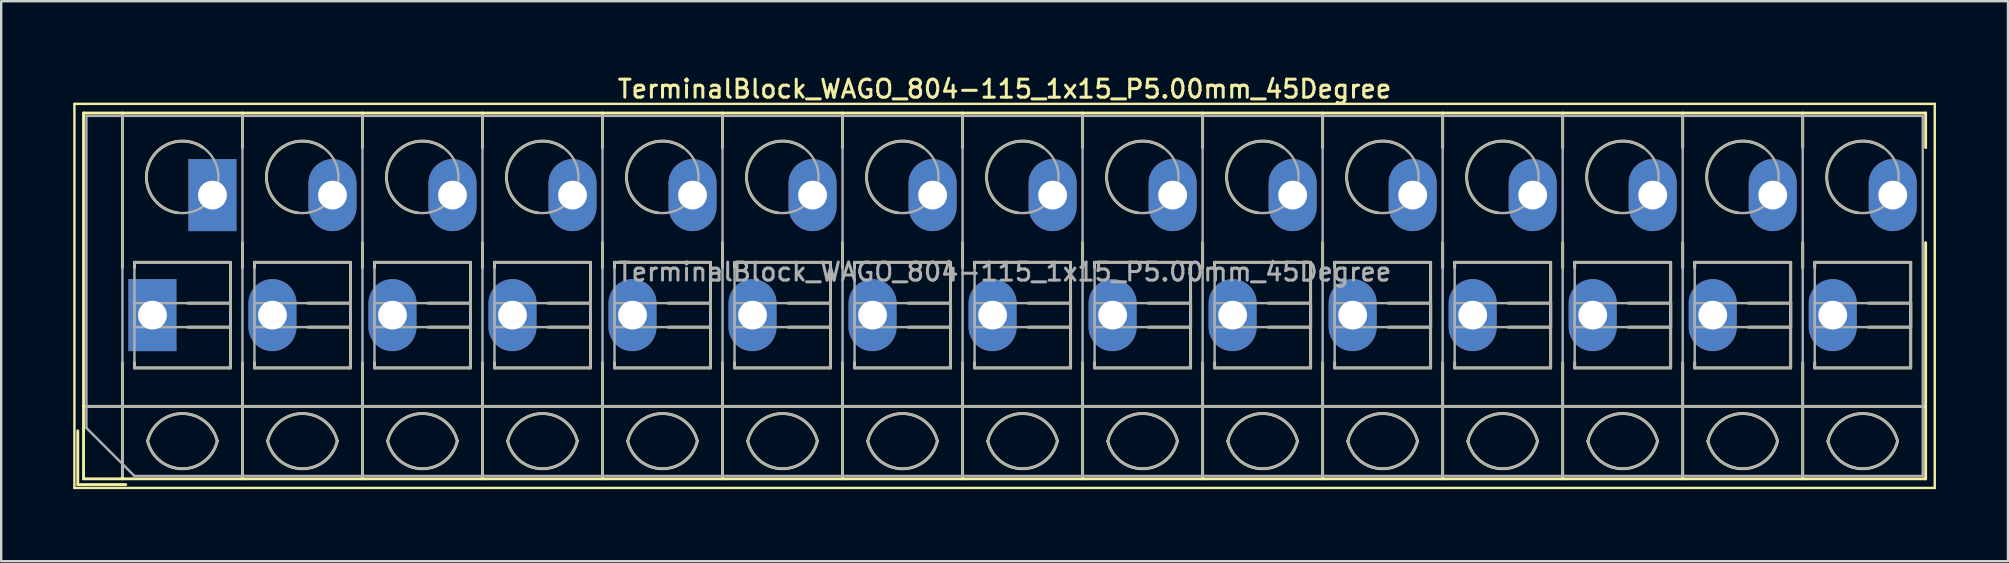
<source format=kicad_pcb>
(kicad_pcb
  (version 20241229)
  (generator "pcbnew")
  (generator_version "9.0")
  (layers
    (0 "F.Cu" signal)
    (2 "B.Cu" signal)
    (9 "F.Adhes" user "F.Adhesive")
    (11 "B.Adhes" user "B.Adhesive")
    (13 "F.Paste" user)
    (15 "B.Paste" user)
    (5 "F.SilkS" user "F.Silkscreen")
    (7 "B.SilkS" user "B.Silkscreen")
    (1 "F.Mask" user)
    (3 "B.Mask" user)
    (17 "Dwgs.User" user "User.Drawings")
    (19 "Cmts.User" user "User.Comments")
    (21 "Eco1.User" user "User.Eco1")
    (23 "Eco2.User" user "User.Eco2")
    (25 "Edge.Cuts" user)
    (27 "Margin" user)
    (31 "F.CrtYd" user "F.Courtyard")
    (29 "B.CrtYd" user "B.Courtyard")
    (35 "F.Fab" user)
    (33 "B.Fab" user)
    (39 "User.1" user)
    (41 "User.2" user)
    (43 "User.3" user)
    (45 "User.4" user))
  (footprint "TerminalBlock_WAGO_804-115_1x15_P5.00mm_45Degree"
    (layer "F.Cu")
    (at 3.3 10.078)
    (property "Reference" "TerminalBlock_WAGO_804-115_1x15_P5.00mm_45Degree" (at 35.5 -9.42 0) (layer "F.SilkS") (effects (font (size 0.75 0.75) (thickness 0.125))))
    (attr through_hole)
    (fp_line (start -3.25 -8.8) (end -3.25 7.2) (stroke (width 0.1) (type solid)) (layer "F.SilkS"))
    (fp_line (start -3.25 7.2) (end 74.25 7.2) (stroke (width 0.1) (type solid)) (layer "F.SilkS"))
    (fp_line (start -3.11 4.82) (end -3.11 7.06) (stroke (width 0.12) (type solid)) (layer "F.SilkS"))
    (fp_line (start -3.11 7.06) (end -1.11 7.06) (stroke (width 0.12) (type solid)) (layer "F.SilkS"))
    (fp_line (start -2.87 -8.42) (end -2.87 6.82) (stroke (width 0.12) (type solid)) (layer "F.SilkS"))
    (fp_line (start -2.87 -8.42) (end 73.87 -8.42) (stroke (width 0.12) (type solid)) (layer "F.SilkS"))
    (fp_line (start -2.87 3.8) (end 73.87 3.8) (stroke (width 0.12) (type solid)) (layer "F.SilkS"))
    (fp_line (start -2.87 6.82) (end 73.87 6.82) (stroke (width 0.12) (type solid)) (layer "F.SilkS"))
    (fp_line (start -1.25 -8.42) (end -1.25 -1.98) (stroke (width 0.12) (type solid)) (layer "F.SilkS"))
    (fp_line (start -1.25 1.98) (end -1.25 6.82) (stroke (width 0.12) (type solid)) (layer "F.SilkS"))
    (fp_line (start -0.75 -2.2) (end -0.75 -1.98) (stroke (width 0.12) (type solid)) (layer "F.SilkS"))
    (fp_line (start -0.75 -2.2) (end 3.25 -2.2) (stroke (width 0.12) (type solid)) (layer "F.SilkS"))
    (fp_line (start -0.75 1.98) (end -0.75 2.2) (stroke (width 0.12) (type solid)) (layer "F.SilkS"))
    (fp_line (start -0.75 2.2) (end 3.25 2.2) (stroke (width 0.12) (type solid)) (layer "F.SilkS"))
    (fp_line (start 1.48 -0.5) (end 3.25 -0.5) (stroke (width 0.12) (type solid)) (layer "F.SilkS"))
    (fp_line (start 1.48 0.5) (end 3.25 0.5) (stroke (width 0.12) (type solid)) (layer "F.SilkS"))
    (fp_line (start 3.25 -2.2) (end 3.25 2.2) (stroke (width 0.12) (type solid)) (layer "F.SilkS"))
    (fp_line (start 3.25 -0.5) (end 3.25 0.5) (stroke (width 0.12) (type solid)) (layer "F.SilkS"))
    (fp_line (start 3.75 -8.42) (end 3.75 -6.98) (stroke (width 0.12) (type solid)) (layer "F.SilkS"))
    (fp_line (start 3.75 -3.02) (end 3.75 -1.98) (stroke (width 0.12) (type solid)) (layer "F.SilkS"))
    (fp_line (start 3.75 1.98) (end 3.75 6.82) (stroke (width 0.12) (type solid)) (layer "F.SilkS"))
    (fp_line (start 4.25 -2.2) (end 4.25 -1.98) (stroke (width 0.12) (type solid)) (layer "F.SilkS"))
    (fp_line (start 4.25 -2.2) (end 8.25 -2.2) (stroke (width 0.12) (type solid)) (layer "F.SilkS"))
    (fp_line (start 4.25 1.98) (end 4.25 2.2) (stroke (width 0.12) (type solid)) (layer "F.SilkS"))
    (fp_line (start 4.25 2.2) (end 8.25 2.2) (stroke (width 0.12) (type solid)) (layer "F.SilkS"))
    (fp_line (start 6.48 -0.5) (end 8.25 -0.5) (stroke (width 0.12) (type solid)) (layer "F.SilkS"))
    (fp_line (start 6.48 0.5) (end 8.25 0.5) (stroke (width 0.12) (type solid)) (layer "F.SilkS"))
    (fp_line (start 8.25 -2.2) (end 8.25 2.2) (stroke (width 0.12) (type solid)) (layer "F.SilkS"))
    (fp_line (start 8.25 -0.5) (end 8.25 0.5) (stroke (width 0.12) (type solid)) (layer "F.SilkS"))
    (fp_line (start 8.75 -8.42) (end 8.75 -6.98) (stroke (width 0.12) (type solid)) (layer "F.SilkS"))
    (fp_line (start 8.75 -3.02) (end 8.75 -1.98) (stroke (width 0.12) (type solid)) (layer "F.SilkS"))
    (fp_line (start 8.75 1.98) (end 8.75 6.82) (stroke (width 0.12) (type solid)) (layer "F.SilkS"))
    (fp_line (start 9.25 -2.2) (end 9.25 -1.98) (stroke (width 0.12) (type solid)) (layer "F.SilkS"))
    (fp_line (start 9.25 -2.2) (end 13.25 -2.2) (stroke (width 0.12) (type solid)) (layer "F.SilkS"))
    (fp_line (start 9.25 1.98) (end 9.25 2.2) (stroke (width 0.12) (type solid)) (layer "F.SilkS"))
    (fp_line (start 9.25 2.2) (end 13.25 2.2) (stroke (width 0.12) (type solid)) (layer "F.SilkS"))
    (fp_line (start 11.48 -0.5) (end 13.25 -0.5) (stroke (width 0.12) (type solid)) (layer "F.SilkS"))
    (fp_line (start 11.48 0.5) (end 13.25 0.5) (stroke (width 0.12) (type solid)) (layer "F.SilkS"))
    (fp_line (start 13.25 -2.2) (end 13.25 2.2) (stroke (width 0.12) (type solid)) (layer "F.SilkS"))
    (fp_line (start 13.25 -0.5) (end 13.25 0.5) (stroke (width 0.12) (type solid)) (layer "F.SilkS"))
    (fp_line (start 13.75 -8.42) (end 13.75 -6.98) (stroke (width 0.12) (type solid)) (layer "F.SilkS"))
    (fp_line (start 13.75 -3.02) (end 13.75 -1.98) (stroke (width 0.12) (type solid)) (layer "F.SilkS"))
    (fp_line (start 13.75 1.98) (end 13.75 6.82) (stroke (width 0.12) (type solid)) (layer "F.SilkS"))
    (fp_line (start 14.25 -2.2) (end 14.25 -1.98) (stroke (width 0.12) (type solid)) (layer "F.SilkS"))
    (fp_line (start 14.25 -2.2) (end 18.25 -2.2) (stroke (width 0.12) (type solid)) (layer "F.SilkS"))
    (fp_line (start 14.25 1.98) (end 14.25 2.2) (stroke (width 0.12) (type solid)) (layer "F.SilkS"))
    (fp_line (start 14.25 2.2) (end 18.25 2.2) (stroke (width 0.12) (type solid)) (layer "F.SilkS"))
    (fp_line (start 16.48 -0.5) (end 18.25 -0.5) (stroke (width 0.12) (type solid)) (layer "F.SilkS"))
    (fp_line (start 16.48 0.5) (end 18.25 0.5) (stroke (width 0.12) (type solid)) (layer "F.SilkS"))
    (fp_line (start 18.25 -2.2) (end 18.25 2.2) (stroke (width 0.12) (type solid)) (layer "F.SilkS"))
    (fp_line (start 18.25 -0.5) (end 18.25 0.5) (stroke (width 0.12) (type solid)) (layer "F.SilkS"))
    (fp_line (start 18.75 -8.42) (end 18.75 -6.98) (stroke (width 0.12) (type solid)) (layer "F.SilkS"))
    (fp_line (start 18.75 -3.02) (end 18.75 -1.98) (stroke (width 0.12) (type solid)) (layer "F.SilkS"))
    (fp_line (start 18.75 1.98) (end 18.75 6.82) (stroke (width 0.12) (type solid)) (layer "F.SilkS"))
    (fp_line (start 19.25 -2.2) (end 19.25 -1.98) (stroke (width 0.12) (type solid)) (layer "F.SilkS"))
    (fp_line (start 19.25 -2.2) (end 23.25 -2.2) (stroke (width 0.12) (type solid)) (layer "F.SilkS"))
    (fp_line (start 19.25 1.98) (end 19.25 2.2) (stroke (width 0.12) (type solid)) (layer "F.SilkS"))
    (fp_line (start 19.25 2.2) (end 23.25 2.2) (stroke (width 0.12) (type solid)) (layer "F.SilkS"))
    (fp_line (start 21.48 -0.5) (end 23.25 -0.5) (stroke (width 0.12) (type solid)) (layer "F.SilkS"))
    (fp_line (start 21.48 0.5) (end 23.25 0.5) (stroke (width 0.12) (type solid)) (layer "F.SilkS"))
    (fp_line (start 23.25 -2.2) (end 23.25 2.2) (stroke (width 0.12) (type solid)) (layer "F.SilkS"))
    (fp_line (start 23.25 -0.5) (end 23.25 0.5) (stroke (width 0.12) (type solid)) (layer "F.SilkS"))
    (fp_line (start 23.75 -8.42) (end 23.75 -6.98) (stroke (width 0.12) (type solid)) (layer "F.SilkS"))
    (fp_line (start 23.75 -3.02) (end 23.75 -1.98) (stroke (width 0.12) (type solid)) (layer "F.SilkS"))
    (fp_line (start 23.75 1.98) (end 23.75 6.82) (stroke (width 0.12) (type solid)) (layer "F.SilkS"))
    (fp_line (start 24.25 -2.2) (end 24.25 -1.98) (stroke (width 0.12) (type solid)) (layer "F.SilkS"))
    (fp_line (start 24.25 -2.2) (end 28.25 -2.2) (stroke (width 0.12) (type solid)) (layer "F.SilkS"))
    (fp_line (start 24.25 1.98) (end 24.25 2.2) (stroke (width 0.12) (type solid)) (layer "F.SilkS"))
    (fp_line (start 24.25 2.2) (end 28.25 2.2) (stroke (width 0.12) (type solid)) (layer "F.SilkS"))
    (fp_line (start 26.48 -0.5) (end 28.25 -0.5) (stroke (width 0.12) (type solid)) (layer "F.SilkS"))
    (fp_line (start 26.48 0.5) (end 28.25 0.5) (stroke (width 0.12) (type solid)) (layer "F.SilkS"))
    (fp_line (start 28.25 -2.2) (end 28.25 2.2) (stroke (width 0.12) (type solid)) (layer "F.SilkS"))
    (fp_line (start 28.25 -0.5) (end 28.25 0.5) (stroke (width 0.12) (type solid)) (layer "F.SilkS"))
    (fp_line (start 28.75 -8.42) (end 28.75 -6.98) (stroke (width 0.12) (type solid)) (layer "F.SilkS"))
    (fp_line (start 28.75 -3.02) (end 28.75 -1.98) (stroke (width 0.12) (type solid)) (layer "F.SilkS"))
    (fp_line (start 28.75 1.98) (end 28.75 6.82) (stroke (width 0.12) (type solid)) (layer "F.SilkS"))
    (fp_line (start 29.25 -2.2) (end 29.25 -1.98) (stroke (width 0.12) (type solid)) (layer "F.SilkS"))
    (fp_line (start 29.25 -2.2) (end 33.25 -2.2) (stroke (width 0.12) (type solid)) (layer "F.SilkS"))
    (fp_line (start 29.25 1.98) (end 29.25 2.2) (stroke (width 0.12) (type solid)) (layer "F.SilkS"))
    (fp_line (start 29.25 2.2) (end 33.25 2.2) (stroke (width 0.12) (type solid)) (layer "F.SilkS"))
    (fp_line (start 31.48 -0.5) (end 33.25 -0.5) (stroke (width 0.12) (type solid)) (layer "F.SilkS"))
    (fp_line (start 31.48 0.5) (end 33.25 0.5) (stroke (width 0.12) (type solid)) (layer "F.SilkS"))
    (fp_line (start 33.25 -2.2) (end 33.25 2.2) (stroke (width 0.12) (type solid)) (layer "F.SilkS"))
    (fp_line (start 33.25 -0.5) (end 33.25 0.5) (stroke (width 0.12) (type solid)) (layer "F.SilkS"))
    (fp_line (start 33.75 -8.42) (end 33.75 -6.98) (stroke (width 0.12) (type solid)) (layer "F.SilkS"))
    (fp_line (start 33.75 -3.02) (end 33.75 -1.98) (stroke (width 0.12) (type solid)) (layer "F.SilkS"))
    (fp_line (start 33.75 1.98) (end 33.75 6.82) (stroke (width 0.12) (type solid)) (layer "F.SilkS"))
    (fp_line (start 34.25 -2.2) (end 34.25 -1.98) (stroke (width 0.12) (type solid)) (layer "F.SilkS"))
    (fp_line (start 34.25 -2.2) (end 38.25 -2.2) (stroke (width 0.12) (type solid)) (layer "F.SilkS"))
    (fp_line (start 34.25 1.98) (end 34.25 2.2) (stroke (width 0.12) (type solid)) (layer "F.SilkS"))
    (fp_line (start 34.25 2.2) (end 38.25 2.2) (stroke (width 0.12) (type solid)) (layer "F.SilkS"))
    (fp_line (start 36.48 -0.5) (end 38.25 -0.5) (stroke (width 0.12) (type solid)) (layer "F.SilkS"))
    (fp_line (start 36.48 0.5) (end 38.25 0.5) (stroke (width 0.12) (type solid)) (layer "F.SilkS"))
    (fp_line (start 38.25 -2.2) (end 38.25 2.2) (stroke (width 0.12) (type solid)) (layer "F.SilkS"))
    (fp_line (start 38.25 -0.5) (end 38.25 0.5) (stroke (width 0.12) (type solid)) (layer "F.SilkS"))
    (fp_line (start 38.75 -8.42) (end 38.75 -6.98) (stroke (width 0.12) (type solid)) (layer "F.SilkS"))
    (fp_line (start 38.75 -3.02) (end 38.75 -1.98) (stroke (width 0.12) (type solid)) (layer "F.SilkS"))
    (fp_line (start 38.75 1.98) (end 38.75 6.82) (stroke (width 0.12) (type solid)) (layer "F.SilkS"))
    (fp_line (start 39.25 -2.2) (end 39.25 -1.98) (stroke (width 0.12) (type solid)) (layer "F.SilkS"))
    (fp_line (start 39.25 -2.2) (end 43.25 -2.2) (stroke (width 0.12) (type solid)) (layer "F.SilkS"))
    (fp_line (start 39.25 1.98) (end 39.25 2.2) (stroke (width 0.12) (type solid)) (layer "F.SilkS"))
    (fp_line (start 39.25 2.2) (end 43.25 2.2) (stroke (width 0.12) (type solid)) (layer "F.SilkS"))
    (fp_line (start 41.48 -0.5) (end 43.25 -0.5) (stroke (width 0.12) (type solid)) (layer "F.SilkS"))
    (fp_line (start 41.48 0.5) (end 43.25 0.5) (stroke (width 0.12) (type solid)) (layer "F.SilkS"))
    (fp_line (start 43.25 -2.2) (end 43.25 2.2) (stroke (width 0.12) (type solid)) (layer "F.SilkS"))
    (fp_line (start 43.25 -0.5) (end 43.25 0.5) (stroke (width 0.12) (type solid)) (layer "F.SilkS"))
    (fp_line (start 43.75 -8.42) (end 43.75 -6.98) (stroke (width 0.12) (type solid)) (layer "F.SilkS"))
    (fp_line (start 43.75 -3.02) (end 43.75 -1.98) (stroke (width 0.12) (type solid)) (layer "F.SilkS"))
    (fp_line (start 43.75 1.98) (end 43.75 6.82) (stroke (width 0.12) (type solid)) (layer "F.SilkS"))
    (fp_line (start 44.25 -2.2) (end 44.25 -1.98) (stroke (width 0.12) (type solid)) (layer "F.SilkS"))
    (fp_line (start 44.25 -2.2) (end 48.25 -2.2) (stroke (width 0.12) (type solid)) (layer "F.SilkS"))
    (fp_line (start 44.25 1.98) (end 44.25 2.2) (stroke (width 0.12) (type solid)) (layer "F.SilkS"))
    (fp_line (start 44.25 2.2) (end 48.25 2.2) (stroke (width 0.12) (type solid)) (layer "F.SilkS"))
    (fp_line (start 46.48 -0.5) (end 48.25 -0.5) (stroke (width 0.12) (type solid)) (layer "F.SilkS"))
    (fp_line (start 46.48 0.5) (end 48.25 0.5) (stroke (width 0.12) (type solid)) (layer "F.SilkS"))
    (fp_line (start 48.25 -2.2) (end 48.25 2.2) (stroke (width 0.12) (type solid)) (layer "F.SilkS"))
    (fp_line (start 48.25 -0.5) (end 48.25 0.5) (stroke (width 0.12) (type solid)) (layer "F.SilkS"))
    (fp_line (start 48.75 -8.42) (end 48.75 -6.98) (stroke (width 0.12) (type solid)) (layer "F.SilkS"))
    (fp_line (start 48.75 -3.02) (end 48.75 -1.98) (stroke (width 0.12) (type solid)) (layer "F.SilkS"))
    (fp_line (start 48.75 1.98) (end 48.75 6.82) (stroke (width 0.12) (type solid)) (layer "F.SilkS"))
    (fp_line (start 49.25 -2.2) (end 49.25 -1.98) (stroke (width 0.12) (type solid)) (layer "F.SilkS"))
    (fp_line (start 49.25 -2.2) (end 53.25 -2.2) (stroke (width 0.12) (type solid)) (layer "F.SilkS"))
    (fp_line (start 49.25 1.98) (end 49.25 2.2) (stroke (width 0.12) (type solid)) (layer "F.SilkS"))
    (fp_line (start 49.25 2.2) (end 53.25 2.2) (stroke (width 0.12) (type solid)) (layer "F.SilkS"))
    (fp_line (start 51.48 -0.5) (end 53.25 -0.5) (stroke (width 0.12) (type solid)) (layer "F.SilkS"))
    (fp_line (start 51.48 0.5) (end 53.25 0.5) (stroke (width 0.12) (type solid)) (layer "F.SilkS"))
    (fp_line (start 53.25 -2.2) (end 53.25 2.2) (stroke (width 0.12) (type solid)) (layer "F.SilkS"))
    (fp_line (start 53.25 -0.5) (end 53.25 0.5) (stroke (width 0.12) (type solid)) (layer "F.SilkS"))
    (fp_line (start 53.75 -8.42) (end 53.75 -6.98) (stroke (width 0.12) (type solid)) (layer "F.SilkS"))
    (fp_line (start 53.75 -3.02) (end 53.75 -1.98) (stroke (width 0.12) (type solid)) (layer "F.SilkS"))
    (fp_line (start 53.75 1.98) (end 53.75 6.82) (stroke (width 0.12) (type solid)) (layer "F.SilkS"))
    (fp_line (start 54.25 -2.2) (end 54.25 -1.98) (stroke (width 0.12) (type solid)) (layer "F.SilkS"))
    (fp_line (start 54.25 -2.2) (end 58.25 -2.2) (stroke (width 0.12) (type solid)) (layer "F.SilkS"))
    (fp_line (start 54.25 1.98) (end 54.25 2.2) (stroke (width 0.12) (type solid)) (layer "F.SilkS"))
    (fp_line (start 54.25 2.2) (end 58.25 2.2) (stroke (width 0.12) (type solid)) (layer "F.SilkS"))
    (fp_line (start 56.48 -0.5) (end 58.25 -0.5) (stroke (width 0.12) (type solid)) (layer "F.SilkS"))
    (fp_line (start 56.48 0.5) (end 58.25 0.5) (stroke (width 0.12) (type solid)) (layer "F.SilkS"))
    (fp_line (start 58.25 -2.2) (end 58.25 2.2) (stroke (width 0.12) (type solid)) (layer "F.SilkS"))
    (fp_line (start 58.25 -0.5) (end 58.25 0.5) (stroke (width 0.12) (type solid)) (layer "F.SilkS"))
    (fp_line (start 58.75 -8.42) (end 58.75 -6.98) (stroke (width 0.12) (type solid)) (layer "F.SilkS"))
    (fp_line (start 58.75 -3.02) (end 58.75 -1.98) (stroke (width 0.12) (type solid)) (layer "F.SilkS"))
    (fp_line (start 58.75 1.98) (end 58.75 6.82) (stroke (width 0.12) (type solid)) (layer "F.SilkS"))
    (fp_line (start 59.25 -2.2) (end 59.25 -1.98) (stroke (width 0.12) (type solid)) (layer "F.SilkS"))
    (fp_line (start 59.25 -2.2) (end 63.25 -2.2) (stroke (width 0.12) (type solid)) (layer "F.SilkS"))
    (fp_line (start 59.25 1.98) (end 59.25 2.2) (stroke (width 0.12) (type solid)) (layer "F.SilkS"))
    (fp_line (start 59.25 2.2) (end 63.25 2.2) (stroke (width 0.12) (type solid)) (layer "F.SilkS"))
    (fp_line (start 61.48 -0.5) (end 63.25 -0.5) (stroke (width 0.12) (type solid)) (layer "F.SilkS"))
    (fp_line (start 61.48 0.5) (end 63.25 0.5) (stroke (width 0.12) (type solid)) (layer "F.SilkS"))
    (fp_line (start 63.25 -2.2) (end 63.25 2.2) (stroke (width 0.12) (type solid)) (layer "F.SilkS"))
    (fp_line (start 63.25 -0.5) (end 63.25 0.5) (stroke (width 0.12) (type solid)) (layer "F.SilkS"))
    (fp_line (start 63.75 -8.42) (end 63.75 -6.98) (stroke (width 0.12) (type solid)) (layer "F.SilkS"))
    (fp_line (start 63.75 -3.02) (end 63.75 -1.98) (stroke (width 0.12) (type solid)) (layer "F.SilkS"))
    (fp_line (start 63.75 1.98) (end 63.75 6.82) (stroke (width 0.12) (type solid)) (layer "F.SilkS"))
    (fp_line (start 64.25 -2.2) (end 64.25 -1.98) (stroke (width 0.12) (type solid)) (layer "F.SilkS"))
    (fp_line (start 64.25 -2.2) (end 68.25 -2.2) (stroke (width 0.12) (type solid)) (layer "F.SilkS"))
    (fp_line (start 64.25 1.98) (end 64.25 2.2) (stroke (width 0.12) (type solid)) (layer "F.SilkS"))
    (fp_line (start 64.25 2.2) (end 68.25 2.2) (stroke (width 0.12) (type solid)) (layer "F.SilkS"))
    (fp_line (start 66.48 -0.5) (end 68.25 -0.5) (stroke (width 0.12) (type solid)) (layer "F.SilkS"))
    (fp_line (start 66.48 0.5) (end 68.25 0.5) (stroke (width 0.12) (type solid)) (layer "F.SilkS"))
    (fp_line (start 68.25 -2.2) (end 68.25 2.2) (stroke (width 0.12) (type solid)) (layer "F.SilkS"))
    (fp_line (start 68.25 -0.5) (end 68.25 0.5) (stroke (width 0.12) (type solid)) (layer "F.SilkS"))
    (fp_line (start 68.75 -8.42) (end 68.75 -6.98) (stroke (width 0.12) (type solid)) (layer "F.SilkS"))
    (fp_line (start 68.75 -3.02) (end 68.75 -1.98) (stroke (width 0.12) (type solid)) (layer "F.SilkS"))
    (fp_line (start 68.75 1.98) (end 68.75 6.82) (stroke (width 0.12) (type solid)) (layer "F.SilkS"))
    (fp_line (start 69.25 -2.2) (end 69.25 -1.98) (stroke (width 0.12) (type solid)) (layer "F.SilkS"))
    (fp_line (start 69.25 -2.2) (end 73.25 -2.2) (stroke (width 0.12) (type solid)) (layer "F.SilkS"))
    (fp_line (start 69.25 1.98) (end 69.25 2.2) (stroke (width 0.12) (type solid)) (layer "F.SilkS"))
    (fp_line (start 69.25 2.2) (end 73.25 2.2) (stroke (width 0.12) (type solid)) (layer "F.SilkS"))
    (fp_line (start 71.48 -0.5) (end 73.25 -0.5) (stroke (width 0.12) (type solid)) (layer "F.SilkS"))
    (fp_line (start 71.48 0.5) (end 73.25 0.5) (stroke (width 0.12) (type solid)) (layer "F.SilkS"))
    (fp_line (start 73.25 -2.2) (end 73.25 2.2) (stroke (width 0.12) (type solid)) (layer "F.SilkS"))
    (fp_line (start 73.25 -0.5) (end 73.25 0.5) (stroke (width 0.12) (type solid)) (layer "F.SilkS"))
    (fp_line (start 73.87 -8.42) (end 73.87 -6.98) (stroke (width 0.12) (type solid)) (layer "F.SilkS"))
    (fp_line (start 73.87 -3.02) (end 73.87 6.82) (stroke (width 0.12) (type solid)) (layer "F.SilkS"))
    (fp_line (start 74.25 -8.8) (end -3.25 -8.8) (stroke (width 0.1) (type solid)) (layer "F.SilkS"))
    (fp_line (start 74.25 7.2) (end 74.25 -8.8) (stroke (width 0.1) (type solid)) (layer "F.SilkS"))
    (fp_arc (start -0.200865 5.250424) (mid 1.250296 4.099926) (end 2.701 5.251) (stroke (width 0.12) (type solid)) (layer "F.SilkS"))
    (fp_arc (start 1.040798 -4.264067) (mid -0.146039 -6.300306) (end 2.111 -6.979) (stroke (width 0.12) (type solid)) (layer "F.SilkS"))
    (fp_arc (start 2.7 5.25) (mid 1.250068 6.400101) (end -0.199969 5.250133) (stroke (width 0.12) (type solid)) (layer "F.SilkS"))
    (fp_arc (start 4.799135 5.250424) (mid 6.250296 4.099926) (end 7.701 5.251) (stroke (width 0.12) (type solid)) (layer "F.SilkS"))
    (fp_arc (start 6.040798 -4.264067) (mid 4.853961 -6.300306) (end 7.111 -6.979) (stroke (width 0.12) (type solid)) (layer "F.SilkS"))
    (fp_arc (start 7.7 5.25) (mid 6.250068 6.400101) (end 4.800031 5.250133) (stroke (width 0.12) (type solid)) (layer "F.SilkS"))
    (fp_arc (start 9.799135 5.250424) (mid 11.250296 4.099926) (end 12.701 5.251) (stroke (width 0.12) (type solid)) (layer "F.SilkS"))
    (fp_arc (start 11.040798 -4.264067) (mid 9.853961 -6.300306) (end 12.111 -6.979) (stroke (width 0.12) (type solid)) (layer "F.SilkS"))
    (fp_arc (start 12.7 5.25) (mid 11.250068 6.400101) (end 9.800031 5.250133) (stroke (width 0.12) (type solid)) (layer "F.SilkS"))
    (fp_arc (start 14.799135 5.250424) (mid 16.250296 4.099926) (end 17.701 5.251) (stroke (width 0.12) (type solid)) (layer "F.SilkS"))
    (fp_arc (start 16.040798 -4.264067) (mid 14.853961 -6.300306) (end 17.111 -6.979) (stroke (width 0.12) (type solid)) (layer "F.SilkS"))
    (fp_arc (start 17.7 5.25) (mid 16.250068 6.400101) (end 14.800031 5.250133) (stroke (width 0.12) (type solid)) (layer "F.SilkS"))
    (fp_arc (start 19.799135 5.250424) (mid 21.250296 4.099926) (end 22.701 5.251) (stroke (width 0.12) (type solid)) (layer "F.SilkS"))
    (fp_arc (start 21.040798 -4.264067) (mid 19.853961 -6.300306) (end 22.111 -6.979) (stroke (width 0.12) (type solid)) (layer "F.SilkS"))
    (fp_arc (start 22.7 5.25) (mid 21.250068 6.400101) (end 19.800031 5.250133) (stroke (width 0.12) (type solid)) (layer "F.SilkS"))
    (fp_arc (start 24.799135 5.250424) (mid 26.250296 4.099926) (end 27.701 5.251) (stroke (width 0.12) (type solid)) (layer "F.SilkS"))
    (fp_arc (start 26.040798 -4.264067) (mid 24.853961 -6.300306) (end 27.111 -6.979) (stroke (width 0.12) (type solid)) (layer "F.SilkS"))
    (fp_arc (start 27.7 5.25) (mid 26.250068 6.400101) (end 24.800031 5.250133) (stroke (width 0.12) (type solid)) (layer "F.SilkS"))
    (fp_arc (start 29.799135 5.250424) (mid 31.250296 4.099926) (end 32.701 5.251) (stroke (width 0.12) (type solid)) (layer "F.SilkS"))
    (fp_arc (start 31.040798 -4.264067) (mid 29.853961 -6.300306) (end 32.111 -6.979) (stroke (width 0.12) (type solid)) (layer "F.SilkS"))
    (fp_arc (start 32.701 5.25) (mid 31.250296 6.401074) (end 29.799135 5.250576) (stroke (width 0.12) (type solid)) (layer "F.SilkS"))
    (fp_arc (start 34.799135 5.250424) (mid 36.250296 4.099926) (end 37.701 5.251) (stroke (width 0.12) (type solid)) (layer "F.SilkS"))
    (fp_arc (start 36.040798 -4.264067) (mid 34.853961 -6.300306) (end 37.111 -6.979) (stroke (width 0.12) (type solid)) (layer "F.SilkS"))
    (fp_arc (start 37.7 5.25) (mid 36.250068 6.400101) (end 34.800031 5.250133) (stroke (width 0.12) (type solid)) (layer "F.SilkS"))
    (fp_arc (start 39.799135 5.250424) (mid 41.250296 4.099926) (end 42.701 5.251) (stroke (width 0.12) (type solid)) (layer "F.SilkS"))
    (fp_arc (start 41.040798 -4.264067) (mid 39.853961 -6.300306) (end 42.111 -6.979) (stroke (width 0.12) (type solid)) (layer "F.SilkS"))
    (fp_arc (start 42.7 5.25) (mid 41.250068 6.400101) (end 39.800031 5.250133) (stroke (width 0.12) (type solid)) (layer "F.SilkS"))
    (fp_arc (start 44.799135 5.250424) (mid 46.250296 4.099926) (end 47.701 5.251) (stroke (width 0.12) (type solid)) (layer "F.SilkS"))
    (fp_arc (start 46.040798 -4.264067) (mid 44.853961 -6.300306) (end 47.111 -6.979) (stroke (width 0.12) (type solid)) (layer "F.SilkS"))
    (fp_arc (start 47.7 5.25) (mid 46.250068 6.400101) (end 44.800031 5.250133) (stroke (width 0.12) (type solid)) (layer "F.SilkS"))
    (fp_arc (start 49.799135 5.250424) (mid 51.250296 4.099926) (end 52.701 5.251) (stroke (width 0.12) (type solid)) (layer "F.SilkS"))
    (fp_arc (start 51.040798 -4.264067) (mid 49.853961 -6.300306) (end 52.111 -6.979) (stroke (width 0.12) (type solid)) (layer "F.SilkS"))
    (fp_arc (start 52.7 5.25) (mid 51.250068 6.400101) (end 49.800031 5.250133) (stroke (width 0.12) (type solid)) (layer "F.SilkS"))
    (fp_arc (start 54.799135 5.250424) (mid 56.250296 4.099926) (end 57.701 5.251) (stroke (width 0.12) (type solid)) (layer "F.SilkS"))
    (fp_arc (start 56.040798 -4.264067) (mid 54.853961 -6.300306) (end 57.111 -6.979) (stroke (width 0.12) (type solid)) (layer "F.SilkS"))
    (fp_arc (start 57.7 5.25) (mid 56.250068 6.400101) (end 54.800031 5.250133) (stroke (width 0.12) (type solid)) (layer "F.SilkS"))
    (fp_arc (start 59.799135 5.250424) (mid 61.250296 4.099926) (end 62.701 5.251) (stroke (width 0.12) (type solid)) (layer "F.SilkS"))
    (fp_arc (start 61.040798 -4.264067) (mid 59.853961 -6.300306) (end 62.111 -6.979) (stroke (width 0.12) (type solid)) (layer "F.SilkS"))
    (fp_arc (start 62.7 5.25) (mid 61.250068 6.400101) (end 59.800031 5.250133) (stroke (width 0.12) (type solid)) (layer "F.SilkS"))
    (fp_arc (start 64.799135 5.250424) (mid 66.250296 4.099926) (end 67.701 5.251) (stroke (width 0.12) (type solid)) (layer "F.SilkS"))
    (fp_arc (start 66.040798 -4.264067) (mid 64.853961 -6.300306) (end 67.111 -6.979) (stroke (width 0.12) (type solid)) (layer "F.SilkS"))
    (fp_arc (start 67.7 5.25) (mid 66.250068 6.400101) (end 64.800031 5.250133) (stroke (width 0.12) (type solid)) (layer "F.SilkS"))
    (fp_arc (start 69.799135 5.250424) (mid 71.250296 4.099926) (end 72.701 5.251) (stroke (width 0.12) (type solid)) (layer "F.SilkS"))
    (fp_arc (start 71.040798 -4.264067) (mid 69.853961 -6.300306) (end 72.111 -6.979) (stroke (width 0.12) (type solid)) (layer "F.SilkS"))
    (fp_arc (start 72.7 5.25) (mid 71.250068 6.400101) (end 69.800031 5.250133) (stroke (width 0.12) (type solid)) (layer "F.SilkS"))
    (fp_line (start -2.75 -8.3) (end 73.75 -8.3) (stroke (width 0.1) (type solid)) (layer "F.Fab"))
    (fp_line (start -2.75 3.8) (end 73.75 3.8) (stroke (width 0.1) (type solid)) (layer "F.Fab"))
    (fp_line (start -2.75 4.7) (end -2.75 -8.3) (stroke (width 0.1) (type solid)) (layer "F.Fab"))
    (fp_line (start -1.25 -8.3) (end -1.25 6.7) (stroke (width 0.1) (type solid)) (layer "F.Fab"))
    (fp_line (start -0.75 -2.2) (end -0.75 2.2) (stroke (width 0.1) (type solid)) (layer "F.Fab"))
    (fp_line (start -0.75 -0.5) (end -0.75 0.5) (stroke (width 0.1) (type solid)) (layer "F.Fab"))
    (fp_line (start -0.75 0.5) (end 3.25 0.5) (stroke (width 0.1) (type solid)) (layer "F.Fab"))
    (fp_line (start -0.75 2.2) (end 3.25 2.2) (stroke (width 0.1) (type solid)) (layer "F.Fab"))
    (fp_line (start -0.75 6.7) (end -2.75 4.7) (stroke (width 0.1) (type solid)) (layer "F.Fab"))
    (fp_line (start 3.25 -2.2) (end -0.75 -2.2) (stroke (width 0.1) (type solid)) (layer "F.Fab"))
    (fp_line (start 3.25 -0.5) (end -0.75 -0.5) (stroke (width 0.1) (type solid)) (layer "F.Fab"))
    (fp_line (start 3.25 0.5) (end 3.25 -0.5) (stroke (width 0.1) (type solid)) (layer "F.Fab"))
    (fp_line (start 3.25 2.2) (end 3.25 -2.2) (stroke (width 0.1) (type solid)) (layer "F.Fab"))
    (fp_line (start 3.75 -8.3) (end 3.75 6.7) (stroke (width 0.1) (type solid)) (layer "F.Fab"))
    (fp_line (start 4.25 -2.2) (end 4.25 2.2) (stroke (width 0.1) (type solid)) (layer "F.Fab"))
    (fp_line (start 4.25 -0.5) (end 4.25 0.5) (stroke (width 0.1) (type solid)) (layer "F.Fab"))
    (fp_line (start 4.25 0.5) (end 8.25 0.5) (stroke (width 0.1) (type solid)) (layer "F.Fab"))
    (fp_line (start 4.25 2.2) (end 8.25 2.2) (stroke (width 0.1) (type solid)) (layer "F.Fab"))
    (fp_line (start 8.25 -2.2) (end 4.25 -2.2) (stroke (width 0.1) (type solid)) (layer "F.Fab"))
    (fp_line (start 8.25 -0.5) (end 4.25 -0.5) (stroke (width 0.1) (type solid)) (layer "F.Fab"))
    (fp_line (start 8.25 0.5) (end 8.25 -0.5) (stroke (width 0.1) (type solid)) (layer "F.Fab"))
    (fp_line (start 8.25 2.2) (end 8.25 -2.2) (stroke (width 0.1) (type solid)) (layer "F.Fab"))
    (fp_line (start 8.75 -8.3) (end 8.75 6.7) (stroke (width 0.1) (type solid)) (layer "F.Fab"))
    (fp_line (start 9.25 -2.2) (end 9.25 2.2) (stroke (width 0.1) (type solid)) (layer "F.Fab"))
    (fp_line (start 9.25 -0.5) (end 9.25 0.5) (stroke (width 0.1) (type solid)) (layer "F.Fab"))
    (fp_line (start 9.25 0.5) (end 13.25 0.5) (stroke (width 0.1) (type solid)) (layer "F.Fab"))
    (fp_line (start 9.25 2.2) (end 13.25 2.2) (stroke (width 0.1) (type solid)) (layer "F.Fab"))
    (fp_line (start 13.25 -2.2) (end 9.25 -2.2) (stroke (width 0.1) (type solid)) (layer "F.Fab"))
    (fp_line (start 13.25 -0.5) (end 9.25 -0.5) (stroke (width 0.1) (type solid)) (layer "F.Fab"))
    (fp_line (start 13.25 0.5) (end 13.25 -0.5) (stroke (width 0.1) (type solid)) (layer "F.Fab"))
    (fp_line (start 13.25 2.2) (end 13.25 -2.2) (stroke (width 0.1) (type solid)) (layer "F.Fab"))
    (fp_line (start 13.75 -8.3) (end 13.75 6.7) (stroke (width 0.1) (type solid)) (layer "F.Fab"))
    (fp_line (start 14.25 -2.2) (end 14.25 2.2) (stroke (width 0.1) (type solid)) (layer "F.Fab"))
    (fp_line (start 14.25 -0.5) (end 14.25 0.5) (stroke (width 0.1) (type solid)) (layer "F.Fab"))
    (fp_line (start 14.25 0.5) (end 18.25 0.5) (stroke (width 0.1) (type solid)) (layer "F.Fab"))
    (fp_line (start 14.25 2.2) (end 18.25 2.2) (stroke (width 0.1) (type solid)) (layer "F.Fab"))
    (fp_line (start 18.25 -2.2) (end 14.25 -2.2) (stroke (width 0.1) (type solid)) (layer "F.Fab"))
    (fp_line (start 18.25 -0.5) (end 14.25 -0.5) (stroke (width 0.1) (type solid)) (layer "F.Fab"))
    (fp_line (start 18.25 0.5) (end 18.25 -0.5) (stroke (width 0.1) (type solid)) (layer "F.Fab"))
    (fp_line (start 18.25 2.2) (end 18.25 -2.2) (stroke (width 0.1) (type solid)) (layer "F.Fab"))
    (fp_line (start 18.75 -8.3) (end 18.75 6.7) (stroke (width 0.1) (type solid)) (layer "F.Fab"))
    (fp_line (start 19.25 -2.2) (end 19.25 2.2) (stroke (width 0.1) (type solid)) (layer "F.Fab"))
    (fp_line (start 19.25 -0.5) (end 19.25 0.5) (stroke (width 0.1) (type solid)) (layer "F.Fab"))
    (fp_line (start 19.25 0.5) (end 23.25 0.5) (stroke (width 0.1) (type solid)) (layer "F.Fab"))
    (fp_line (start 19.25 2.2) (end 23.25 2.2) (stroke (width 0.1) (type solid)) (layer "F.Fab"))
    (fp_line (start 23.25 -2.2) (end 19.25 -2.2) (stroke (width 0.1) (type solid)) (layer "F.Fab"))
    (fp_line (start 23.25 -0.5) (end 19.25 -0.5) (stroke (width 0.1) (type solid)) (layer "F.Fab"))
    (fp_line (start 23.25 0.5) (end 23.25 -0.5) (stroke (width 0.1) (type solid)) (layer "F.Fab"))
    (fp_line (start 23.25 2.2) (end 23.25 -2.2) (stroke (width 0.1) (type solid)) (layer "F.Fab"))
    (fp_line (start 23.75 -8.3) (end 23.75 6.7) (stroke (width 0.1) (type solid)) (layer "F.Fab"))
    (fp_line (start 24.25 -2.2) (end 24.25 2.2) (stroke (width 0.1) (type solid)) (layer "F.Fab"))
    (fp_line (start 24.25 -0.5) (end 24.25 0.5) (stroke (width 0.1) (type solid)) (layer "F.Fab"))
    (fp_line (start 24.25 0.5) (end 28.25 0.5) (stroke (width 0.1) (type solid)) (layer "F.Fab"))
    (fp_line (start 24.25 2.2) (end 28.25 2.2) (stroke (width 0.1) (type solid)) (layer "F.Fab"))
    (fp_line (start 28.25 -2.2) (end 24.25 -2.2) (stroke (width 0.1) (type solid)) (layer "F.Fab"))
    (fp_line (start 28.25 -0.5) (end 24.25 -0.5) (stroke (width 0.1) (type solid)) (layer "F.Fab"))
    (fp_line (start 28.25 0.5) (end 28.25 -0.5) (stroke (width 0.1) (type solid)) (layer "F.Fab"))
    (fp_line (start 28.25 2.2) (end 28.25 -2.2) (stroke (width 0.1) (type solid)) (layer "F.Fab"))
    (fp_line (start 28.75 -8.3) (end 28.75 6.7) (stroke (width 0.1) (type solid)) (layer "F.Fab"))
    (fp_line (start 29.25 -2.2) (end 29.25 2.2) (stroke (width 0.1) (type solid)) (layer "F.Fab"))
    (fp_line (start 29.25 -0.5) (end 29.25 0.5) (stroke (width 0.1) (type solid)) (layer "F.Fab"))
    (fp_line (start 29.25 0.5) (end 33.25 0.5) (stroke (width 0.1) (type solid)) (layer "F.Fab"))
    (fp_line (start 29.25 2.2) (end 33.25 2.2) (stroke (width 0.1) (type solid)) (layer "F.Fab"))
    (fp_line (start 33.25 -2.2) (end 29.25 -2.2) (stroke (width 0.1) (type solid)) (layer "F.Fab"))
    (fp_line (start 33.25 -0.5) (end 29.25 -0.5) (stroke (width 0.1) (type solid)) (layer "F.Fab"))
    (fp_line (start 33.25 0.5) (end 33.25 -0.5) (stroke (width 0.1) (type solid)) (layer "F.Fab"))
    (fp_line (start 33.25 2.2) (end 33.25 -2.2) (stroke (width 0.1) (type solid)) (layer "F.Fab"))
    (fp_line (start 33.75 -8.3) (end 33.75 6.7) (stroke (width 0.1) (type solid)) (layer "F.Fab"))
    (fp_line (start 34.25 -2.2) (end 34.25 2.2) (stroke (width 0.1) (type solid)) (layer "F.Fab"))
    (fp_line (start 34.25 -0.5) (end 34.25 0.5) (stroke (width 0.1) (type solid)) (layer "F.Fab"))
    (fp_line (start 34.25 0.5) (end 38.25 0.5) (stroke (width 0.1) (type solid)) (layer "F.Fab"))
    (fp_line (start 34.25 2.2) (end 38.25 2.2) (stroke (width 0.1) (type solid)) (layer "F.Fab"))
    (fp_line (start 38.25 -2.2) (end 34.25 -2.2) (stroke (width 0.1) (type solid)) (layer "F.Fab"))
    (fp_line (start 38.25 -0.5) (end 34.25 -0.5) (stroke (width 0.1) (type solid)) (layer "F.Fab"))
    (fp_line (start 38.25 0.5) (end 38.25 -0.5) (stroke (width 0.1) (type solid)) (layer "F.Fab"))
    (fp_line (start 38.25 2.2) (end 38.25 -2.2) (stroke (width 0.1) (type solid)) (layer "F.Fab"))
    (fp_line (start 38.75 -8.3) (end 38.75 6.7) (stroke (width 0.1) (type solid)) (layer "F.Fab"))
    (fp_line (start 39.25 -2.2) (end 39.25 2.2) (stroke (width 0.1) (type solid)) (layer "F.Fab"))
    (fp_line (start 39.25 -0.5) (end 39.25 0.5) (stroke (width 0.1) (type solid)) (layer "F.Fab"))
    (fp_line (start 39.25 0.5) (end 43.25 0.5) (stroke (width 0.1) (type solid)) (layer "F.Fab"))
    (fp_line (start 39.25 2.2) (end 43.25 2.2) (stroke (width 0.1) (type solid)) (layer "F.Fab"))
    (fp_line (start 43.25 -2.2) (end 39.25 -2.2) (stroke (width 0.1) (type solid)) (layer "F.Fab"))
    (fp_line (start 43.25 -0.5) (end 39.25 -0.5) (stroke (width 0.1) (type solid)) (layer "F.Fab"))
    (fp_line (start 43.25 0.5) (end 43.25 -0.5) (stroke (width 0.1) (type solid)) (layer "F.Fab"))
    (fp_line (start 43.25 2.2) (end 43.25 -2.2) (stroke (width 0.1) (type solid)) (layer "F.Fab"))
    (fp_line (start 43.75 -8.3) (end 43.75 6.7) (stroke (width 0.1) (type solid)) (layer "F.Fab"))
    (fp_line (start 44.25 -2.2) (end 44.25 2.2) (stroke (width 0.1) (type solid)) (layer "F.Fab"))
    (fp_line (start 44.25 -0.5) (end 44.25 0.5) (stroke (width 0.1) (type solid)) (layer "F.Fab"))
    (fp_line (start 44.25 0.5) (end 48.25 0.5) (stroke (width 0.1) (type solid)) (layer "F.Fab"))
    (fp_line (start 44.25 2.2) (end 48.25 2.2) (stroke (width 0.1) (type solid)) (layer "F.Fab"))
    (fp_line (start 48.25 -2.2) (end 44.25 -2.2) (stroke (width 0.1) (type solid)) (layer "F.Fab"))
    (fp_line (start 48.25 -0.5) (end 44.25 -0.5) (stroke (width 0.1) (type solid)) (layer "F.Fab"))
    (fp_line (start 48.25 0.5) (end 48.25 -0.5) (stroke (width 0.1) (type solid)) (layer "F.Fab"))
    (fp_line (start 48.25 2.2) (end 48.25 -2.2) (stroke (width 0.1) (type solid)) (layer "F.Fab"))
    (fp_line (start 48.75 -8.3) (end 48.75 6.7) (stroke (width 0.1) (type solid)) (layer "F.Fab"))
    (fp_line (start 49.25 -2.2) (end 49.25 2.2) (stroke (width 0.1) (type solid)) (layer "F.Fab"))
    (fp_line (start 49.25 -0.5) (end 49.25 0.5) (stroke (width 0.1) (type solid)) (layer "F.Fab"))
    (fp_line (start 49.25 0.5) (end 53.25 0.5) (stroke (width 0.1) (type solid)) (layer "F.Fab"))
    (fp_line (start 49.25 2.2) (end 53.25 2.2) (stroke (width 0.1) (type solid)) (layer "F.Fab"))
    (fp_line (start 53.25 -2.2) (end 49.25 -2.2) (stroke (width 0.1) (type solid)) (layer "F.Fab"))
    (fp_line (start 53.25 -0.5) (end 49.25 -0.5) (stroke (width 0.1) (type solid)) (layer "F.Fab"))
    (fp_line (start 53.25 0.5) (end 53.25 -0.5) (stroke (width 0.1) (type solid)) (layer "F.Fab"))
    (fp_line (start 53.25 2.2) (end 53.25 -2.2) (stroke (width 0.1) (type solid)) (layer "F.Fab"))
    (fp_line (start 53.75 -8.3) (end 53.75 6.7) (stroke (width 0.1) (type solid)) (layer "F.Fab"))
    (fp_line (start 54.25 -2.2) (end 54.25 2.2) (stroke (width 0.1) (type solid)) (layer "F.Fab"))
    (fp_line (start 54.25 -0.5) (end 54.25 0.5) (stroke (width 0.1) (type solid)) (layer "F.Fab"))
    (fp_line (start 54.25 0.5) (end 58.25 0.5) (stroke (width 0.1) (type solid)) (layer "F.Fab"))
    (fp_line (start 54.25 2.2) (end 58.25 2.2) (stroke (width 0.1) (type solid)) (layer "F.Fab"))
    (fp_line (start 58.25 -2.2) (end 54.25 -2.2) (stroke (width 0.1) (type solid)) (layer "F.Fab"))
    (fp_line (start 58.25 -0.5) (end 54.25 -0.5) (stroke (width 0.1) (type solid)) (layer "F.Fab"))
    (fp_line (start 58.25 0.5) (end 58.25 -0.5) (stroke (width 0.1) (type solid)) (layer "F.Fab"))
    (fp_line (start 58.25 2.2) (end 58.25 -2.2) (stroke (width 0.1) (type solid)) (layer "F.Fab"))
    (fp_line (start 58.75 -8.3) (end 58.75 6.7) (stroke (width 0.1) (type solid)) (layer "F.Fab"))
    (fp_line (start 59.25 -2.2) (end 59.25 2.2) (stroke (width 0.1) (type solid)) (layer "F.Fab"))
    (fp_line (start 59.25 -0.5) (end 59.25 0.5) (stroke (width 0.1) (type solid)) (layer "F.Fab"))
    (fp_line (start 59.25 0.5) (end 63.25 0.5) (stroke (width 0.1) (type solid)) (layer "F.Fab"))
    (fp_line (start 59.25 2.2) (end 63.25 2.2) (stroke (width 0.1) (type solid)) (layer "F.Fab"))
    (fp_line (start 63.25 -2.2) (end 59.25 -2.2) (stroke (width 0.1) (type solid)) (layer "F.Fab"))
    (fp_line (start 63.25 -0.5) (end 59.25 -0.5) (stroke (width 0.1) (type solid)) (layer "F.Fab"))
    (fp_line (start 63.25 0.5) (end 63.25 -0.5) (stroke (width 0.1) (type solid)) (layer "F.Fab"))
    (fp_line (start 63.25 2.2) (end 63.25 -2.2) (stroke (width 0.1) (type solid)) (layer "F.Fab"))
    (fp_line (start 63.75 -8.3) (end 63.75 6.7) (stroke (width 0.1) (type solid)) (layer "F.Fab"))
    (fp_line (start 64.25 -2.2) (end 64.25 2.2) (stroke (width 0.1) (type solid)) (layer "F.Fab"))
    (fp_line (start 64.25 -0.5) (end 64.25 0.5) (stroke (width 0.1) (type solid)) (layer "F.Fab"))
    (fp_line (start 64.25 0.5) (end 68.25 0.5) (stroke (width 0.1) (type solid)) (layer "F.Fab"))
    (fp_line (start 64.25 2.2) (end 68.25 2.2) (stroke (width 0.1) (type solid)) (layer "F.Fab"))
    (fp_line (start 68.25 -2.2) (end 64.25 -2.2) (stroke (width 0.1) (type solid)) (layer "F.Fab"))
    (fp_line (start 68.25 -0.5) (end 64.25 -0.5) (stroke (width 0.1) (type solid)) (layer "F.Fab"))
    (fp_line (start 68.25 0.5) (end 68.25 -0.5) (stroke (width 0.1) (type solid)) (layer "F.Fab"))
    (fp_line (start 68.25 2.2) (end 68.25 -2.2) (stroke (width 0.1) (type solid)) (layer "F.Fab"))
    (fp_line (start 68.75 -8.3) (end 68.75 6.7) (stroke (width 0.1) (type solid)) (layer "F.Fab"))
    (fp_line (start 69.25 -2.2) (end 69.25 2.2) (stroke (width 0.1) (type solid)) (layer "F.Fab"))
    (fp_line (start 69.25 -0.5) (end 69.25 0.5) (stroke (width 0.1) (type solid)) (layer "F.Fab"))
    (fp_line (start 69.25 0.5) (end 73.25 0.5) (stroke (width 0.1) (type solid)) (layer "F.Fab"))
    (fp_line (start 69.25 2.2) (end 73.25 2.2) (stroke (width 0.1) (type solid)) (layer "F.Fab"))
    (fp_line (start 73.25 -2.2) (end 69.25 -2.2) (stroke (width 0.1) (type solid)) (layer "F.Fab"))
    (fp_line (start 73.25 -0.5) (end 69.25 -0.5) (stroke (width 0.1) (type solid)) (layer "F.Fab"))
    (fp_line (start 73.25 0.5) (end 73.25 -0.5) (stroke (width 0.1) (type solid)) (layer "F.Fab"))
    (fp_line (start 73.25 2.2) (end 73.25 -2.2) (stroke (width 0.1) (type solid)) (layer "F.Fab"))
    (fp_line (start 73.75 -8.3) (end 73.75 6.7) (stroke (width 0.1) (type solid)) (layer "F.Fab"))
    (fp_line (start 73.75 6.7) (end -0.75 6.7) (stroke (width 0.1) (type solid)) (layer "F.Fab"))
    (fp_arc (start -0.200865 5.250424) (mid 1.250296 4.099926) (end 2.701 5.251) (stroke (width 0.1) (type solid)) (layer "F.Fab"))
    (fp_arc (start 2.7 5.25) (mid 1.250068 6.400101) (end -0.199969 5.250133) (stroke (width 0.1) (type solid)) (layer "F.Fab"))
    (fp_arc (start 4.799135 5.250424) (mid 6.250296 4.099926) (end 7.701 5.251) (stroke (width 0.1) (type solid)) (layer "F.Fab"))
    (fp_arc (start 7.7 5.25) (mid 6.250068 6.400101) (end 4.800031 5.250133) (stroke (width 0.1) (type solid)) (layer "F.Fab"))
    (fp_arc (start 9.799135 5.250424) (mid 11.250296 4.099926) (end 12.701 5.251) (stroke (width 0.1) (type solid)) (layer "F.Fab"))
    (fp_arc (start 12.7 5.25) (mid 11.250068 6.400101) (end 9.800031 5.250133) (stroke (width 0.1) (type solid)) (layer "F.Fab"))
    (fp_arc (start 14.799135 5.250424) (mid 16.250296 4.099926) (end 17.701 5.251) (stroke (width 0.1) (type solid)) (layer "F.Fab"))
    (fp_arc (start 17.7 5.25) (mid 16.250068 6.400101) (end 14.800031 5.250133) (stroke (width 0.1) (type solid)) (layer "F.Fab"))
    (fp_arc (start 19.799135 5.250424) (mid 21.250296 4.099926) (end 22.701 5.251) (stroke (width 0.1) (type solid)) (layer "F.Fab"))
    (fp_arc (start 22.7 5.25) (mid 21.250068 6.400101) (end 19.800031 5.250133) (stroke (width 0.1) (type solid)) (layer "F.Fab"))
    (fp_arc (start 24.799135 5.250424) (mid 26.250296 4.099926) (end 27.701 5.251) (stroke (width 0.1) (type solid)) (layer "F.Fab"))
    (fp_arc (start 27.7 5.25) (mid 26.250068 6.400101) (end 24.800031 5.250133) (stroke (width 0.1) (type solid)) (layer "F.Fab"))
    (fp_arc (start 29.799135 5.250424) (mid 31.250296 4.099926) (end 32.701 5.251) (stroke (width 0.1) (type solid)) (layer "F.Fab"))
    (fp_arc (start 32.701 5.25) (mid 31.250296 6.401074) (end 29.799135 5.250576) (stroke (width 0.1) (type solid)) (layer "F.Fab"))
    (fp_arc (start 34.799135 5.250424) (mid 36.250296 4.099926) (end 37.701 5.251) (stroke (width 0.1) (type solid)) (layer "F.Fab"))
    (fp_arc (start 37.7 5.25) (mid 36.250068 6.400101) (end 34.800031 5.250133) (stroke (width 0.1) (type solid)) (layer "F.Fab"))
    (fp_arc (start 39.799135 5.250424) (mid 41.250296 4.099926) (end 42.701 5.251) (stroke (width 0.1) (type solid)) (layer "F.Fab"))
    (fp_arc (start 42.7 5.25) (mid 41.250068 6.400101) (end 39.800031 5.250133) (stroke (width 0.1) (type solid)) (layer "F.Fab"))
    (fp_arc (start 44.799135 5.250424) (mid 46.250296 4.099926) (end 47.701 5.251) (stroke (width 0.1) (type solid)) (layer "F.Fab"))
    (fp_arc (start 47.7 5.25) (mid 46.250068 6.400101) (end 44.800031 5.250133) (stroke (width 0.1) (type solid)) (layer "F.Fab"))
    (fp_arc (start 49.799135 5.250424) (mid 51.250296 4.099926) (end 52.701 5.251) (stroke (width 0.1) (type solid)) (layer "F.Fab"))
    (fp_arc (start 52.7 5.25) (mid 51.250068 6.400101) (end 49.800031 5.250133) (stroke (width 0.1) (type solid)) (layer "F.Fab"))
    (fp_arc (start 54.799135 5.250424) (mid 56.250296 4.099926) (end 57.701 5.251) (stroke (width 0.1) (type solid)) (layer "F.Fab"))
    (fp_arc (start 57.7 5.25) (mid 56.250068 6.400101) (end 54.800031 5.250133) (stroke (width 0.1) (type solid)) (layer "F.Fab"))
    (fp_arc (start 59.799135 5.250424) (mid 61.250296 4.099926) (end 62.701 5.251) (stroke (width 0.1) (type solid)) (layer "F.Fab"))
    (fp_arc (start 62.7 5.25) (mid 61.250068 6.400101) (end 59.800031 5.250133) (stroke (width 0.1) (type solid)) (layer "F.Fab"))
    (fp_arc (start 64.799135 5.250424) (mid 66.250296 4.099926) (end 67.701 5.251) (stroke (width 0.1) (type solid)) (layer "F.Fab"))
    (fp_arc (start 67.7 5.25) (mid 66.250068 6.400101) (end 64.800031 5.250133) (stroke (width 0.1) (type solid)) (layer "F.Fab"))
    (fp_arc (start 69.799135 5.250424) (mid 71.250296 4.099926) (end 72.701 5.251) (stroke (width 0.1) (type solid)) (layer "F.Fab"))
    (fp_arc (start 72.7 5.25) (mid 71.250068 6.400101) (end 69.800031 5.250133) (stroke (width 0.1) (type solid)) (layer "F.Fab"))
    (fp_circle (center 1.25 -5.75) (end 2.75 -5.75) (stroke (width 0.1) (type solid)) (fill no) (layer "F.Fab"))
    (fp_circle (center 6.25 -5.75) (end 7.75 -5.75) (stroke (width 0.1) (type solid)) (fill no) (layer "F.Fab"))
    (fp_circle (center 11.25 -5.75) (end 12.75 -5.75) (stroke (width 0.1) (type solid)) (fill no) (layer "F.Fab"))
    (fp_circle (center 16.25 -5.75) (end 17.75 -5.75) (stroke (width 0.1) (type solid)) (fill no) (layer "F.Fab"))
    (fp_circle (center 21.25 -5.75) (end 22.75 -5.75) (stroke (width 0.1) (type solid)) (fill no) (layer "F.Fab"))
    (fp_circle (center 26.25 -5.75) (end 27.75 -5.75) (stroke (width 0.1) (type solid)) (fill no) (layer "F.Fab"))
    (fp_circle (center 31.25 -5.75) (end 32.75 -5.75) (stroke (width 0.1) (type solid)) (fill no) (layer "F.Fab"))
    (fp_circle (center 36.25 -5.75) (end 37.75 -5.75) (stroke (width 0.1) (type solid)) (fill no) (layer "F.Fab"))
    (fp_circle (center 41.25 -5.75) (end 42.75 -5.75) (stroke (width 0.1) (type solid)) (fill no) (layer "F.Fab"))
    (fp_circle (center 46.25 -5.75) (end 47.75 -5.75) (stroke (width 0.1) (type solid)) (fill no) (layer "F.Fab"))
    (fp_circle (center 51.25 -5.75) (end 52.75 -5.75) (stroke (width 0.1) (type solid)) (fill no) (layer "F.Fab"))
    (fp_circle (center 56.25 -5.75) (end 57.75 -5.75) (stroke (width 0.1) (type solid)) (fill no) (layer "F.Fab"))
    (fp_circle (center 61.25 -5.75) (end 62.75 -5.75) (stroke (width 0.1) (type solid)) (fill no) (layer "F.Fab"))
    (fp_circle (center 66.25 -5.75) (end 67.75 -5.75) (stroke (width 0.1) (type solid)) (fill no) (layer "F.Fab"))
    (fp_circle (center 71.25 -5.75) (end 72.75 -5.75) (stroke (width 0.1) (type solid)) (fill no) (layer "F.Fab"))
    (fp_text user "${REFERENCE}" (at 35.5 -1.8 0) (layer "F.Fab") (effects (font (size 0.75 0.75) (thickness 0.125))))
    (pad "1" thru_hole rect (at 0 0) (size 2 3) (drill 1.2) (layers "*.Cu" "*.Mask"))
    (pad "1" thru_hole rect (at 2.5 -5) (size 2 3) (drill 1.2) (layers "*.Cu" "*.Mask"))
    (pad "2" thru_hole oval (at 5 0) (size 2 3) (drill 1.2) (layers "*.Cu" "*.Mask"))
    (pad "2" thru_hole oval (at 7.5 -5) (size 2 3) (drill 1.2) (layers "*.Cu" "*.Mask"))
    (pad "3" thru_hole oval (at 10 0) (size 2 3) (drill 1.2) (layers "*.Cu" "*.Mask"))
    (pad "3" thru_hole oval (at 12.5 -5) (size 2 3) (drill 1.2) (layers "*.Cu" "*.Mask"))
    (pad "4" thru_hole oval (at 15 0) (size 2 3) (drill 1.2) (layers "*.Cu" "*.Mask"))
    (pad "4" thru_hole oval (at 17.5 -5) (size 2 3) (drill 1.2) (layers "*.Cu" "*.Mask"))
    (pad "5" thru_hole oval (at 20 0) (size 2 3) (drill 1.2) (layers "*.Cu" "*.Mask"))
    (pad "5" thru_hole oval (at 22.5 -5) (size 2 3) (drill 1.2) (layers "*.Cu" "*.Mask"))
    (pad "6" thru_hole oval (at 25 0) (size 2 3) (drill 1.2) (layers "*.Cu" "*.Mask"))
    (pad "6" thru_hole oval (at 27.5 -5) (size 2 3) (drill 1.2) (layers "*.Cu" "*.Mask"))
    (pad "7" thru_hole oval (at 30 0) (size 2 3) (drill 1.2) (layers "*.Cu" "*.Mask"))
    (pad "7" thru_hole oval (at 32.5 -5) (size 2 3) (drill 1.2) (layers "*.Cu" "*.Mask"))
    (pad "8" thru_hole oval (at 35 0) (size 2 3) (drill 1.2) (layers "*.Cu" "*.Mask"))
    (pad "8" thru_hole oval (at 37.5 -5) (size 2 3) (drill 1.2) (layers "*.Cu" "*.Mask"))
    (pad "9" thru_hole oval (at 40 0) (size 2 3) (drill 1.2) (layers "*.Cu" "*.Mask"))
    (pad "9" thru_hole oval (at 42.5 -5) (size 2 3) (drill 1.2) (layers "*.Cu" "*.Mask"))
    (pad "10" thru_hole oval (at 45 0) (size 2 3) (drill 1.2) (layers "*.Cu" "*.Mask"))
    (pad "10" thru_hole oval (at 47.5 -5) (size 2 3) (drill 1.2) (layers "*.Cu" "*.Mask"))
    (pad "11" thru_hole oval (at 50 0) (size 2 3) (drill 1.2) (layers "*.Cu" "*.Mask"))
    (pad "11" thru_hole oval (at 52.5 -5) (size 2 3) (drill 1.2) (layers "*.Cu" "*.Mask"))
    (pad "12" thru_hole oval (at 55 0) (size 2 3) (drill 1.2) (layers "*.Cu" "*.Mask"))
    (pad "12" thru_hole oval (at 57.5 -5) (size 2 3) (drill 1.2) (layers "*.Cu" "*.Mask"))
    (pad "13" thru_hole oval (at 60 0) (size 2 3) (drill 1.2) (layers "*.Cu" "*.Mask"))
    (pad "13" thru_hole oval (at 62.5 -5) (size 2 3) (drill 1.2) (layers "*.Cu" "*.Mask"))
    (pad "14" thru_hole oval (at 65 0) (size 2 3) (drill 1.2) (layers "*.Cu" "*.Mask"))
    (pad "14" thru_hole oval (at 67.5 -5) (size 2 3) (drill 1.2) (layers "*.Cu" "*.Mask"))
    (pad "15" thru_hole oval (at 70 0) (size 2 3) (drill 1.2) (layers "*.Cu" "*.Mask"))
    (pad "15" thru_hole oval (at 72.5 -5) (size 2 3) (drill 1.2) (layers "*.Cu" "*.Mask")))
  (gr_rect
    (start -3 -3)
    (end 80.6 20.328)
    (stroke (width 0.1) (type default))
    (fill no)
    (layer "Edge.Cuts")))
</source>
